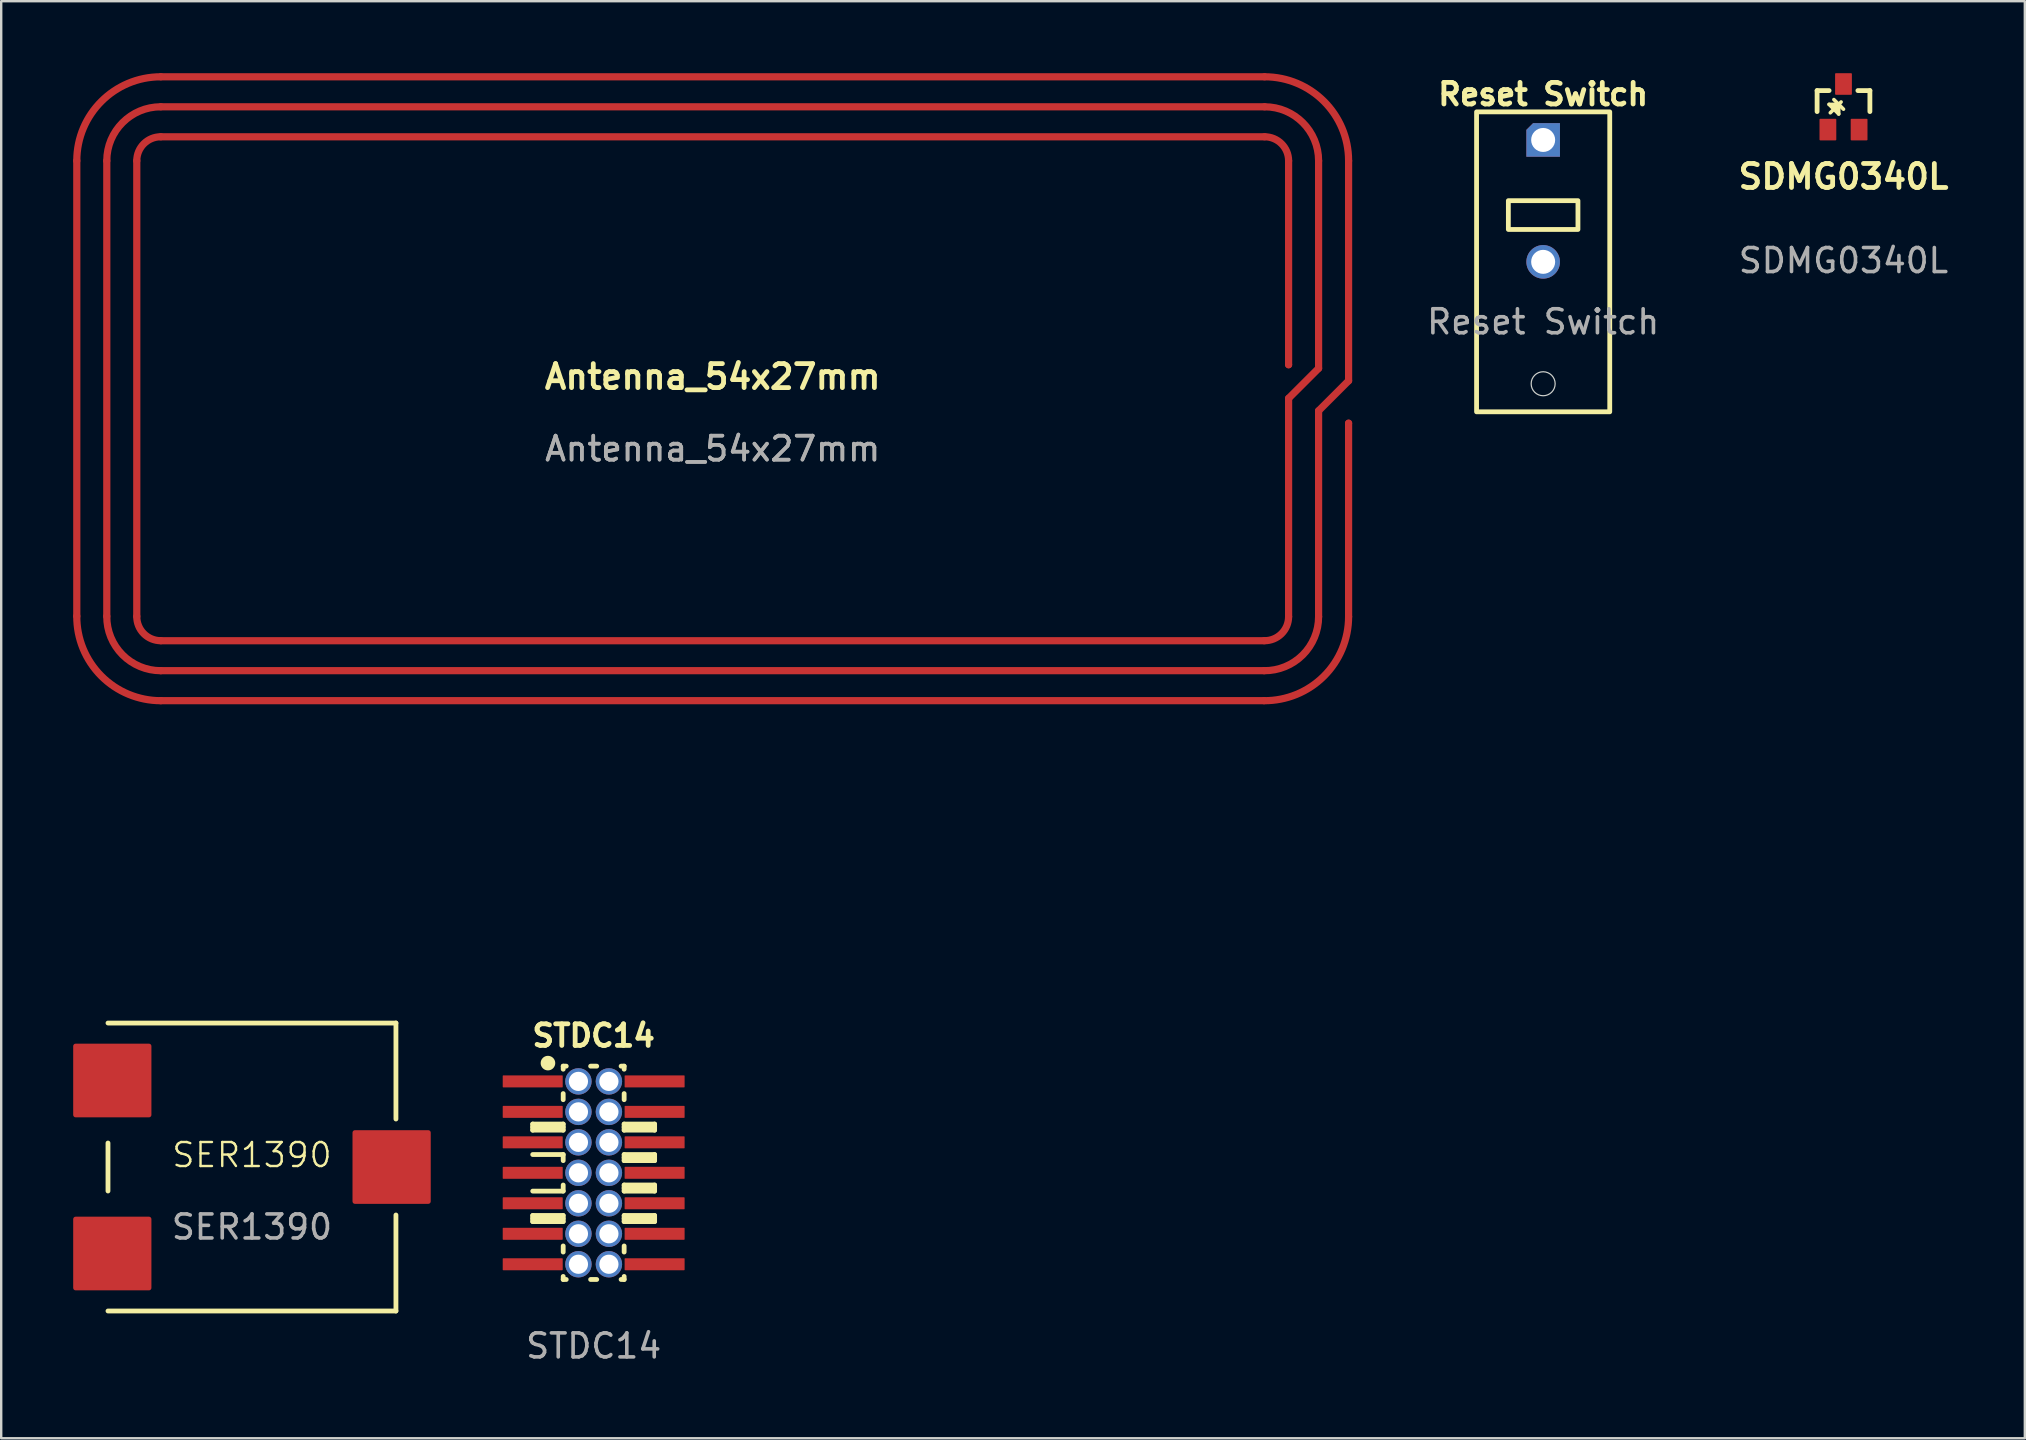
<source format=kicad_pcb>
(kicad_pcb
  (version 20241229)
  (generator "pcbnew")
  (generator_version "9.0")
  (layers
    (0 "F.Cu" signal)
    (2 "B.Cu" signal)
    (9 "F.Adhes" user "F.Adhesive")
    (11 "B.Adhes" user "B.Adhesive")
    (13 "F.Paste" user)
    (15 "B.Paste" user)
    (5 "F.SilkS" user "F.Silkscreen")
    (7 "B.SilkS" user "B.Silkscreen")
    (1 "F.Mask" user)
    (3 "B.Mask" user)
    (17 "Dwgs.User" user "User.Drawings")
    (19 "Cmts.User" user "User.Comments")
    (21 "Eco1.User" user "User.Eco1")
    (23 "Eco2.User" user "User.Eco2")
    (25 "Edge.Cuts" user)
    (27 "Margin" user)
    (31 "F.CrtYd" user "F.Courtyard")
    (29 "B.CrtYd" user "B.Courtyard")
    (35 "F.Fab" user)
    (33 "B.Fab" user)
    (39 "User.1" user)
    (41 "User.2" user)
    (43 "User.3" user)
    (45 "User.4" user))
  (footprint "SER1390"
    (layer "F.Cu")
    (at 7.45 45.583)
    (property "Reference" "SER1390" (at 0 -0.5 0) (unlocked yes) (layer "F.SilkS") (effects (font (size 1 1) (thickness 0.1))))
    (attr smd)
    (fp_line (start -6 -6) (end 6 -6) (stroke (width 0.2) (type default)) (layer "F.SilkS"))
    (fp_line (start -6 -1) (end -6 1) (stroke (width 0.2) (type default)) (layer "F.SilkS"))
    (fp_line (start 6 -6) (end 6 -2) (stroke (width 0.2) (type default)) (layer "F.SilkS"))
    (fp_line (start 6 2) (end 6 6) (stroke (width 0.2) (type default)) (layer "F.SilkS"))
    (fp_line (start 6 6) (end -6 6) (stroke (width 0.2) (type default)) (layer "F.SilkS"))
    (fp_rect (start -6.35 -6.3) (end 6.35 6.3) (stroke (width 0.1) (type default)) (fill no) (layer "User.2"))
    (fp_text user "${REFERENCE}" (at 0 2.5 0) (unlocked yes) (layer "F.Fab") (effects (font (size 1 1) (thickness 0.15))))
    (pad "" smd roundrect (at 5.82 0) (size 3.26 3.07) (layers "F.Cu" "F.Mask" "F.Paste") (roundrect_rratio 0.033))
    (pad "1" smd roundrect (at -5.82 -3.605) (size 3.26 3.07) (layers "F.Cu" "F.Mask" "F.Paste") (roundrect_rratio 0.033))
    (pad "2" smd roundrect (at -5.82 3.605) (size 3.26 3.07) (layers "F.Cu" "F.Mask" "F.Paste") (roundrect_rratio 0.033)))
  (footprint "Antenna_54x27mm"
    (layer "F.Cu")
    (at 26.65 13.15)
    (property "Reference" "Antenna_54x27mm" (at 0 -0.5 0) (unlocked yes) (layer "F.SilkS") (effects (font (size 1 1) (thickness 0.2))))
    (attr smd)
    (fp_line (start -26.5 9.479) (end -26.5 -9.5) (stroke (width 0.3) (type default)) (layer "F.Cu"))
    (fp_line (start -25.25 9.483) (end -25.25 -9.5) (stroke (width 0.3) (type default)) (layer "F.Cu"))
    (fp_line (start -24 9.488) (end -24 -9.5) (stroke (width 0.3) (type default)) (layer "F.Cu"))
    (fp_line (start -23 -13) (end 23 -13) (stroke (width 0.3) (type default)) (layer "F.Cu"))
    (fp_line (start -23 -11.75) (end 23 -11.75) (stroke (width 0.3) (type default)) (layer "F.Cu"))
    (fp_line (start -23 -10.5) (end 23 -10.5) (stroke (width 0.3) (type default)) (layer "F.Cu"))
    (fp_line (start 22.978 13) (end -23 13) (stroke (width 0.3) (type default)) (layer "F.Cu"))
    (fp_line (start 22.983 11.75) (end -23 11.75) (stroke (width 0.3) (type default)) (layer "F.Cu"))
    (fp_line (start 22.989 10.5) (end -23 10.5) (stroke (width 0.3) (type default)) (layer "F.Cu"))
    (fp_line (start 24 -9.5) (end 24 -1) (stroke (width 0.3) (type default)) (layer "F.Cu"))
    (fp_line (start 24 0.4) (end 24 9.5) (stroke (width 0.3) (type default)) (layer "F.Cu"))
    (fp_line (start 24 0.4) (end 25.25 -0.85) (stroke (width 0.3) (type default)) (layer "F.Cu"))
    (fp_line (start 25.25 -9.5) (end 25.25 -0.85) (stroke (width 0.3) (type default)) (layer "F.Cu"))
    (fp_line (start 25.25 0.918) (end 25.25 9.5) (stroke (width 0.3) (type default)) (layer "F.Cu"))
    (fp_line (start 25.25 0.918) (end 26.5 -0.332) (stroke (width 0.3) (type default)) (layer "F.Cu"))
    (fp_line (start 26.5 -9.5) (end 26.5 -0.332) (stroke (width 0.3) (type default)) (layer "F.Cu"))
    (fp_line (start 26.5 1.436) (end 26.5 9.5) (stroke (width 0.3) (type default)) (layer "F.Cu"))
    (fp_arc (start -26.5 -9.50002) (mid -25.474872 -11.974885) (end -23 -13) (stroke (width 0.3) (type default)) (layer "F.Cu"))
    (fp_arc (start -25.25 -9.5) (mid -24.590986 -11.090967) (end -23 -11.75) (stroke (width 0.3) (type default)) (layer "F.Cu"))
    (fp_arc (start -24 -9.5) (mid -23.707103 -10.207083) (end -23 -10.5) (stroke (width 0.3) (type default)) (layer "F.Cu"))
    (fp_arc (start -22.999966 10.5) (mid -23.711134 10.203005) (end -24 9.488498) (stroke (width 0.3) (type default)) (layer "F.Cu"))
    (fp_arc (start -22.999866 11.75) (mid -24.596951 11.084956) (end -25.25 9.48293) (stroke (width 0.3) (type default)) (layer "F.Cu"))
    (fp_arc (start -22.999866 13) (mid -25.482376 11.967298) (end -26.5 9.47857) (stroke (width 0.3) (type default)) (layer "F.Cu"))
    (fp_arc (start 23.000034 -13) (mid 25.474872 -11.974868) (end 26.5 -9.5) (stroke (width 0.3) (type default)) (layer "F.Cu"))
    (fp_arc (start 23.000034 -11.75) (mid 24.590989 -11.090984) (end 25.25 -9.5) (stroke (width 0.3) (type default)) (layer "F.Cu"))
    (fp_arc (start 23.000034 -10.5) (mid 23.707105 -10.207101) (end 24 -9.5) (stroke (width 0.3) (type default)) (layer "F.Cu"))
    (fp_arc (start 24 9.5) (mid 23.703016 10.211144) (end 22.988533 10.5) (stroke (width 0.3) (type default)) (layer "F.Cu"))
    (fp_arc (start 25.25 9.4999) (mid 24.584919 11.097007) (end 22.982832 11.75) (stroke (width 0.3) (type default)) (layer "F.Cu"))
    (fp_arc (start 26.5 9.4999) (mid 25.46725 11.982444) (end 22.97844 13) (stroke (width 0.3) (type default)) (layer "F.Cu"))
    (fp_text user "" (at -26.5 21.27 0) (unlocked yes) (layer "F.Cu") (effects (font (size 4.834 2.808) (thickness 0.604)) (justify left top)))
    (fp_text user "" (at -26.5 14.02 0) (unlocked yes) (layer "F.Cu") (effects (font (size 4.834 3.045) (thickness 0.604)) (justify left top)))
    (fp_text user "" (at -26.5 21.27 0) (unlocked yes) (layer "F.Cu") (effects (font (size 4.834 2.808) (thickness 0.604)) (justify left top)))
    (fp_text user "${REFERENCE}" (at 0 2.5 0) (unlocked yes) (layer "F.Fab") (effects (font (size 1 1) (thickness 0.15))))
    (fp_text user "${REFERENCE}" (at 0 2.5 0) (unlocked yes) (layer "F.Fab") (effects (font (size 1 1) (thickness 0.15))))
    (pad "1" connect circle (at 24 -1) (size 0.3 0.3) (layers "F.Cu"))
    (pad "2" connect circle (at 26.5 1.436) (size 0.3 0.3) (layers "F.Cu")))
  (footprint "Reset Switch"
    (layer "F.Cu")
    (at 61.258 7.862)
    (property "Reference" "Reset Switch" (at 0 -6.985 0) (unlocked yes) (layer "F.SilkS") (effects (font (size 0.9 0.9) (thickness 0.2))))
    (attr through_hole)
    (fp_rect (start -2.775 -6.25) (end 2.775 6.25) (stroke (width 0.2) (type default)) (fill no) (layer "F.SilkS"))
    (fp_rect (start -1.45 -2.55) (end 1.45 -1.35) (stroke (width 0.2) (type default)) (fill no) (layer "F.SilkS"))
    (fp_circle (center 0 5.08) (end 0.5 5.08) (stroke (width 0.05) (type default)) (fill no) (layer "Edge.Cuts"))
    (fp_text user "${REFERENCE}" (at 0 2.5 0) (unlocked yes) (layer "F.Fab") (effects (font (size 1 1) (thickness 0.15))))
    (pad "2" thru_hole roundrect (at 0 -5.08) (size 1.4 1.4) (drill 1) (layers "*.Cu" "B.Mask") (roundrect_rratio 0) (chamfer_ratio 0.2) (chamfer top_left))
    (pad "3" thru_hole circle (at 0 0) (size 1.4 1.4) (drill 1) (layers "*.Cu" "B.Mask")))
  (footprint "STDC14"
    (layer "F.Cu")
    (at 21.69 45.825)
    (property "Reference" "STDC14" (at 0 -5.715 0) (unlocked yes) (layer "F.SilkS") (effects (font (size 0.9 0.9) (thickness 0.2))))
    (attr smd)
    (fp_line (start -2.54 -2.032) (end -2.54 -1.778) (stroke (width 0.2) (type default)) (layer "F.SilkS"))
    (fp_line (start -2.54 -2.032) (end -1.27 -2.032) (stroke (width 0.2) (type default)) (layer "F.SilkS"))
    (fp_line (start -2.54 -1.905) (end -1.27 -1.905) (stroke (width 0.2) (type default)) (layer "F.SilkS"))
    (fp_line (start -2.54 -1.778) (end -1.27 -1.778) (stroke (width 0.2) (type default)) (layer "F.SilkS"))
    (fp_line (start -2.54 -0.762) (end -1.27 -0.762) (stroke (width 0.2) (type default)) (layer "F.SilkS"))
    (fp_line (start -2.54 0.762) (end -1.27 0.762) (stroke (width 0.2) (type default)) (layer "F.SilkS"))
    (fp_line (start -2.54 1.778) (end -2.54 2.032) (stroke (width 0.2) (type default)) (layer "F.SilkS"))
    (fp_line (start -2.54 1.778) (end -1.27 1.778) (stroke (width 0.2) (type default)) (layer "F.SilkS"))
    (fp_line (start -2.54 1.905) (end -1.27 1.905) (stroke (width 0.2) (type default)) (layer "F.SilkS"))
    (fp_line (start -2.54 2.032) (end -1.27 2.032) (stroke (width 0.2) (type default)) (layer "F.SilkS"))
    (fp_line (start -1.27 -4.445) (end -1.143 -4.445) (stroke (width 0.2) (type default)) (layer "F.SilkS"))
    (fp_line (start -1.27 -4.318) (end -1.27 -4.445) (stroke (width 0.2) (type default)) (layer "F.SilkS"))
    (fp_line (start -1.27 -3.302) (end -1.27 -3.048) (stroke (width 0.2) (type default)) (layer "F.SilkS"))
    (fp_line (start -1.27 -2.032) (end -1.27 -1.778) (stroke (width 0.2) (type default)) (layer "F.SilkS"))
    (fp_line (start -1.27 -0.762) (end -1.27 -0.508) (stroke (width 0.2) (type default)) (layer "F.SilkS"))
    (fp_line (start -1.27 0.508) (end -1.27 0.762) (stroke (width 0.2) (type default)) (layer "F.SilkS"))
    (fp_line (start -1.27 1.778) (end -1.27 2.032) (stroke (width 0.2) (type default)) (layer "F.SilkS"))
    (fp_line (start -1.27 3.048) (end -1.27 3.302) (stroke (width 0.2) (type default)) (layer "F.SilkS"))
    (fp_line (start -1.27 4.445) (end -1.27 4.318) (stroke (width 0.2) (type default)) (layer "F.SilkS"))
    (fp_line (start -1.27 4.445) (end -1.143 4.445) (stroke (width 0.2) (type default)) (layer "F.SilkS"))
    (fp_line (start -0.127 -4.445) (end 0.127 -4.445) (stroke (width 0.2) (type default)) (layer "F.SilkS"))
    (fp_line (start -0.127 4.445) (end 0.127 4.445) (stroke (width 0.2) (type default)) (layer "F.SilkS"))
    (fp_line (start 1.143 -4.445) (end 1.27 -4.445) (stroke (width 0.2) (type default)) (layer "F.SilkS"))
    (fp_line (start 1.143 4.445) (end 1.27 4.445) (stroke (width 0.2) (type default)) (layer "F.SilkS"))
    (fp_line (start 1.27 -4.445) (end 1.27 -4.318) (stroke (width 0.2) (type default)) (layer "F.SilkS"))
    (fp_line (start 1.27 -3.302) (end 1.27 -3.048) (stroke (width 0.2) (type default)) (layer "F.SilkS"))
    (fp_line (start 1.27 -2.032) (end 1.27 -1.778) (stroke (width 0.2) (type default)) (layer "F.SilkS"))
    (fp_line (start 1.27 -2.032) (end 2.54 -2.032) (stroke (width 0.2) (type default)) (layer "F.SilkS"))
    (fp_line (start 1.27 -1.905) (end 2.54 -1.905) (stroke (width 0.2) (type default)) (layer "F.SilkS"))
    (fp_line (start 1.27 -1.778) (end 2.54 -1.778) (stroke (width 0.2) (type default)) (layer "F.SilkS"))
    (fp_line (start 1.27 -0.762) (end 1.27 -0.508) (stroke (width 0.2) (type default)) (layer "F.SilkS"))
    (fp_line (start 1.27 -0.762) (end 2.54 -0.762) (stroke (width 0.2) (type default)) (layer "F.SilkS"))
    (fp_line (start 1.27 -0.635) (end 2.54 -0.635) (stroke (width 0.2) (type default)) (layer "F.SilkS"))
    (fp_line (start 1.27 -0.508) (end 2.54 -0.508) (stroke (width 0.2) (type default)) (layer "F.SilkS"))
    (fp_line (start 1.27 0.508) (end 1.27 0.762) (stroke (width 0.2) (type default)) (layer "F.SilkS"))
    (fp_line (start 1.27 0.508) (end 2.54 0.508) (stroke (width 0.2) (type default)) (layer "F.SilkS"))
    (fp_line (start 1.27 0.635) (end 2.54 0.635) (stroke (width 0.2) (type default)) (layer "F.SilkS"))
    (fp_line (start 1.27 0.762) (end 2.54 0.762) (stroke (width 0.2) (type default)) (layer "F.SilkS"))
    (fp_line (start 1.27 1.778) (end 1.27 2.032) (stroke (width 0.2) (type default)) (layer "F.SilkS"))
    (fp_line (start 1.27 1.778) (end 2.54 1.778) (stroke (width 0.2) (type default)) (layer "F.SilkS"))
    (fp_line (start 1.27 1.905) (end 2.54 1.905) (stroke (width 0.2) (type default)) (layer "F.SilkS"))
    (fp_line (start 1.27 2.032) (end 2.54 2.032) (stroke (width 0.2) (type default)) (layer "F.SilkS"))
    (fp_line (start 1.27 3.048) (end 1.27 3.302) (stroke (width 0.2) (type default)) (layer "F.SilkS"))
    (fp_line (start 1.27 4.318) (end 1.27 4.445) (stroke (width 0.2) (type default)) (layer "F.SilkS"))
    (fp_line (start 2.54 -2.032) (end 2.54 -1.778) (stroke (width 0.2) (type default)) (layer "F.SilkS"))
    (fp_line (start 2.54 -0.762) (end 2.54 -0.508) (stroke (width 0.2) (type default)) (layer "F.SilkS"))
    (fp_line (start 2.54 0.508) (end 2.54 0.762) (stroke (width 0.2) (type default)) (layer "F.SilkS"))
    (fp_line (start 2.54 1.778) (end 2.54 2.032) (stroke (width 0.2) (type default)) (layer "F.SilkS"))
    (fp_circle (center -1.905 -4.572) (end -1.651 -4.572) (stroke (width 0.1) (type solid)) (fill yes) (layer "F.SilkS"))
    (fp_rect (start -1.27 -4.445) (end 1.27 4.445) (stroke (width 0.1) (type default)) (fill no) (layer "User.2"))
    (fp_rect (start -2.54 -4.445) (end 2.54 4.445) (stroke (width 0.1) (type default)) (fill no) (layer "User.4"))
    (fp_text user "${REFERENCE}" (at 0 7.215 0) (unlocked yes) (layer "F.Fab") (effects (font (size 1 1) (thickness 0.15))))
    (pad "1" smd roundrect (at -2.54 -3.81) (size 2.5 0.5) (layers "F.Cu" "F.Mask" "F.Paste") (roundrect_rratio 0.05))
    (pad "1" thru_hole circle (at -0.635 -3.81) (size 1.1 1.1) (drill 0.8) (layers "*.Cu" "B.Mask"))
    (pad "2" thru_hole circle (at 0.635 -3.81) (size 1.1 1.1) (drill 0.8) (layers "*.Cu" "B.Mask"))
    (pad "2" smd roundrect (at 2.54 -3.81) (size 2.5 0.5) (layers "F.Cu" "F.Mask" "F.Paste") (roundrect_rratio 0.05))
    (pad "3" smd roundrect (at -2.54 -2.54) (size 2.5 0.5) (layers "F.Cu" "F.Mask" "F.Paste") (roundrect_rratio 0.05))
    (pad "3" thru_hole circle (at -0.635 -2.54) (size 1.1 1.1) (drill 0.8) (layers "*.Cu" "B.Mask"))
    (pad "4" thru_hole circle (at 0.635 -2.54) (size 1.1 1.1) (drill 0.8) (layers "*.Cu" "B.Mask"))
    (pad "4" smd roundrect (at 2.54 -2.54) (size 2.5 0.5) (layers "F.Cu" "F.Mask" "F.Paste") (roundrect_rratio 0.05))
    (pad "5" smd roundrect (at -2.54 -1.27) (size 2.5 0.5) (layers "F.Cu" "F.Mask" "F.Paste") (roundrect_rratio 0.05))
    (pad "5" thru_hole circle (at -0.635 -1.27) (size 1.1 1.1) (drill 0.8) (layers "*.Cu" "B.Mask"))
    (pad "6" thru_hole circle (at 0.635 -1.27) (size 1.1 1.1) (drill 0.8) (layers "*.Cu" "B.Mask"))
    (pad "6" smd roundrect (at 2.54 -1.27) (size 2.5 0.5) (layers "F.Cu" "F.Mask" "F.Paste") (roundrect_rratio 0.05))
    (pad "7" smd roundrect (at -2.54 0) (size 2.5 0.5) (layers "F.Cu" "F.Mask" "F.Paste") (roundrect_rratio 0.05))
    (pad "7" thru_hole circle (at -0.635 0) (size 1.1 1.1) (drill 0.8) (layers "*.Cu" "B.Mask"))
    (pad "8" thru_hole circle (at 0.635 0) (size 1.1 1.1) (drill 0.8) (layers "*.Cu" "B.Mask"))
    (pad "8" smd roundrect (at 2.54 0) (size 2.5 0.5) (layers "F.Cu" "F.Mask" "F.Paste") (roundrect_rratio 0.05))
    (pad "9" smd roundrect (at -2.54 1.27) (size 2.5 0.5) (layers "F.Cu" "F.Mask" "F.Paste") (roundrect_rratio 0.05))
    (pad "9" thru_hole circle (at -0.635 1.27) (size 1.1 1.1) (drill 0.8) (layers "*.Cu" "B.Mask"))
    (pad "10" thru_hole circle (at 0.635 1.27) (size 1.1 1.1) (drill 0.8) (layers "*.Cu" "B.Mask"))
    (pad "10" smd roundrect (at 2.54 1.27) (size 2.5 0.5) (layers "F.Cu" "F.Mask" "F.Paste") (roundrect_rratio 0.05))
    (pad "11" smd roundrect (at -2.54 2.54) (size 2.5 0.5) (layers "F.Cu" "F.Mask" "F.Paste") (roundrect_rratio 0.05))
    (pad "11" thru_hole circle (at -0.635 2.54) (size 1.1 1.1) (drill 0.8) (layers "*.Cu" "B.Mask"))
    (pad "12" thru_hole circle (at 0.635 2.54) (size 1.1 1.1) (drill 0.8) (layers "*.Cu" "B.Mask"))
    (pad "12" smd roundrect (at 2.54 2.54) (size 2.5 0.5) (layers "F.Cu" "F.Mask" "F.Paste") (roundrect_rratio 0.05))
    (pad "13" smd roundrect (at -2.54 3.81) (size 2.5 0.5) (layers "F.Cu" "F.Mask" "F.Paste") (roundrect_rratio 0.05))
    (pad "13" thru_hole circle (at -0.635 3.81) (size 1.1 1.1) (drill 0.8) (layers "*.Cu" "B.Mask"))
    (pad "14" thru_hole circle (at 0.635 3.81) (size 1.1 1.1) (drill 0.8) (layers "*.Cu" "B.Mask"))
    (pad "14" smd roundrect (at 2.54 3.81) (size 2.5 0.5) (layers "F.Cu" "F.Mask" "F.Paste") (roundrect_rratio 0.05)))
  (footprint "SDMG0340L"
    (layer "F.Cu")
    (at 73.774 1.4)
    (property "Reference" "SDMG0340L" (at 0 2.91 0) (unlocked yes) (layer "F.SilkS") (effects (font (size 1 1) (thickness 0.2) (bold yes))))
    (attr smd)
    (fp_line (start -1.1 -0.675) (end -1.1 0.2) (stroke (width 0.2) (type default)) (layer "F.SilkS"))
    (fp_line (start -0.6 -0.675) (end -1.1 -0.675) (stroke (width 0.2) (type default)) (layer "F.SilkS"))
    (fp_line (start -0.6 -0.1) (end -0.2 -0.1) (stroke (width 0.15) (type default)) (layer "F.SilkS"))
    (fp_line (start -0.6 -0.1) (end -0.2 0.3) (stroke (width 0.15) (type default)) (layer "F.SilkS"))
    (fp_line (start -0.55 0.25) (end -0.1 -0.2) (stroke (width 0.15) (type default)) (layer "F.SilkS"))
    (fp_line (start -0.45 -0.05) (end -0.25 0.15) (stroke (width 0.1) (type default)) (layer "F.SilkS"))
    (fp_line (start -0.4 -0.3) (end 0 0.1) (stroke (width 0.15) (type default)) (layer "F.SilkS"))
    (fp_line (start -0.2 0.3) (end -0.2 -0.1) (stroke (width 0.15) (type default)) (layer "F.SilkS"))
    (fp_line (start 1.1 -0.675) (end 0.6 -0.675) (stroke (width 0.2) (type default)) (layer "F.SilkS"))
    (fp_line (start 1.1 -0.675) (end 1.1 0.2) (stroke (width 0.2) (type default)) (layer "F.SilkS"))
    (fp_rect (start -1.1 -0.675) (end 1.1 0.675) (stroke (width 0.1) (type default)) (fill no) (layer "User.2"))
    (fp_text user "${REFERENCE}" (at 0 6.41 0) (unlocked yes) (layer "F.Fab") (effects (font (size 1 1) (thickness 0.15))))
    (pad "" smd roundrect (at 0.65 0.95) (size 0.7 0.9) (layers "F.Cu" "F.Mask" "F.Paste") (roundrect_rratio 0.05))
    (pad "1" smd roundrect (at 0 -0.95) (size 0.7 0.9) (layers "F.Cu" "F.Mask" "F.Paste") (roundrect_rratio 0.05))
    (pad "2" smd roundrect (at -0.65 0.95) (size 0.7 0.9) (layers "F.Cu" "F.Mask" "F.Paste") (roundrect_rratio 0.05)))
  (gr_rect
    (start -3 -3)
    (end 81.331 56.888)
    (stroke (width 0.1) (type default))
    (fill no)
    (layer "Edge.Cuts")))
</source>
